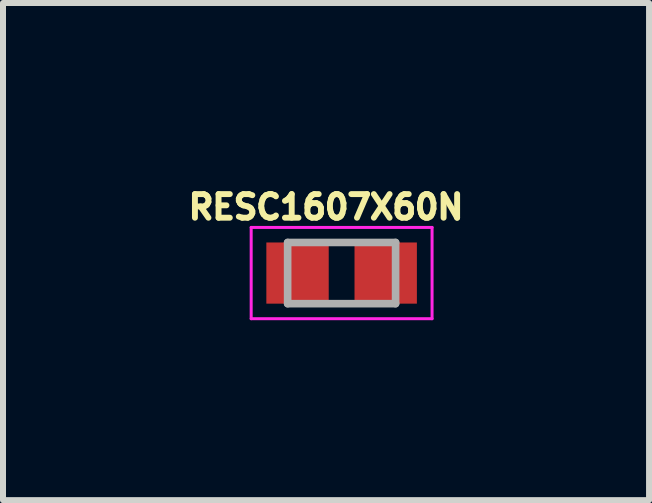
<source format=kicad_pcb>
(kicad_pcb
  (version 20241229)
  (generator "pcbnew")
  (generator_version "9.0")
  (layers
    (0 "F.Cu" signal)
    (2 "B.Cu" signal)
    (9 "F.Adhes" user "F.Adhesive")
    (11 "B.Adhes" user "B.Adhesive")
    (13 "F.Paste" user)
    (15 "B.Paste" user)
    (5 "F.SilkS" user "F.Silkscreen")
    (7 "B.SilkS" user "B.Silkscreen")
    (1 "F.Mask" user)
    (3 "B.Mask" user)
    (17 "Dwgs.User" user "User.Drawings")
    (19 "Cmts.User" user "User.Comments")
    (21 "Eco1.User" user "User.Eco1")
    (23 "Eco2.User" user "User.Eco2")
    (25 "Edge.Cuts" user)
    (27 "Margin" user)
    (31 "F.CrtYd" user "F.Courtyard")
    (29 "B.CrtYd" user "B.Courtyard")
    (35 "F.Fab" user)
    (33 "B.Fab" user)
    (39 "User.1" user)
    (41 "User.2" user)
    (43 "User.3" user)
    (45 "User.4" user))
  (footprint "RESC1607X60N"
    (layer "F.Cu")
    (at 2.646 1.503)
    (property "Reference" "RESC1607X60N" (at -0.26 -1.1 0) (layer "F.SilkS") (effects (font (size 0.394 0.394) (thickness 0.15))))
    (attr smd)
    (fp_line (start -1.508 -0.761) (end 1.508 -0.761) (stroke (width 0.05) (type solid)) (layer "F.CrtYd"))
    (fp_line (start -1.508 0.761) (end -1.508 -0.761) (stroke (width 0.05) (type solid)) (layer "F.CrtYd"))
    (fp_line (start -1.508 0.761) (end 1.508 0.761) (stroke (width 0.05) (type solid)) (layer "F.CrtYd"))
    (fp_line (start 1.508 0.761) (end 1.508 -0.761) (stroke (width 0.05) (type solid)) (layer "F.CrtYd"))
    (fp_line (start -0.9 0.51) (end -0.9 -0.51) (stroke (width 0.127) (type solid)) (layer "F.Fab"))
    (fp_line (start 0.9 -0.51) (end -0.9 -0.51) (stroke (width 0.127) (type solid)) (layer "F.Fab"))
    (fp_line (start 0.9 0.51) (end -0.9 0.51) (stroke (width 0.127) (type solid)) (layer "F.Fab"))
    (fp_line (start 0.9 0.51) (end 0.9 -0.51) (stroke (width 0.127) (type solid)) (layer "F.Fab"))
    (pad "1" smd rect (at -0.735 0) (size 1.04 1.02) (layers "F.Cu" "F.Mask" "F.Paste"))
    (pad "2" smd rect (at 0.735 0) (size 1.04 1.02) (layers "F.Cu" "F.Mask" "F.Paste")))
  (gr_rect
    (start -3 -3)
    (end 7.772 5.289)
    (stroke (width 0.1) (type default))
    (fill no)
    (layer "Edge.Cuts")))
</source>
